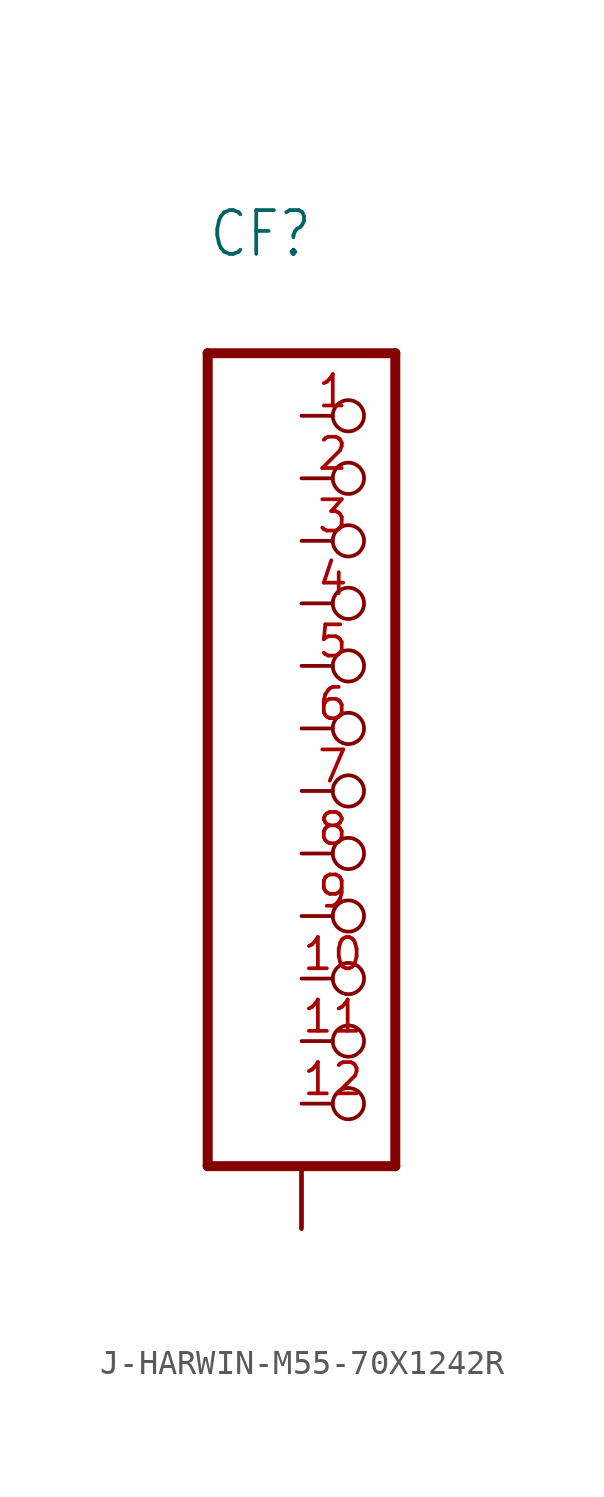
<source format=kicad_sym>
(kicad_symbol_lib
  (version 20231120)
  (generator "kicad_symbol_editor")
  (generator_version "8.0")
  (symbol "J-HARWIN-M55-70X1242R"
    (property "Reference" "CF"
      (at -6.35 19.05 0)
      (effects (font (size 1.778 1.511)) (justify left bottom)))
    (property "Value" ""
      (at -6.35 16.51 0)
      (effects (font (size 1.778 1.511)) (justify left bottom)))
    (property "ki_locked" ""
      (at 0 0 0)
      (effects (font (size 1.27 1.27))))
    (symbol "J-HARWIN-M55-70X1242R_1_0"
      (polyline (pts (xy -6.35 -17.78) (xy 1.27 -17.78)) (stroke (width 0.406) (type solid)) (fill (type none)))
      (polyline (pts (xy -6.35 15.24) (xy -6.35 -17.78)) (stroke (width 0.406) (type solid)) (fill (type none)))
      (polyline (pts (xy 1.27 -17.78) (xy 1.27 15.24)) (stroke (width 0.406) (type solid)) (fill (type none)))
      (polyline (pts (xy 1.27 15.24) (xy -6.35 15.24)) (stroke (width 0.406) (type solid)) (fill (type none)))
      (pin passive inverted (at -2.54 12.7 0) (length 2.54) (name "1" (effects (font (size 0 0)))) (number "1" (effects (font (size 1.27 1.27)))))
      (pin passive inverted (at -2.54 -10.16 0) (length 2.54) (name "10" (effects (font (size 0 0)))) (number "10" (effects (font (size 1.27 1.27)))))
      (pin passive inverted (at -2.54 -12.7 0) (length 2.54) (name "11" (effects (font (size 0 0)))) (number "11" (effects (font (size 1.27 1.27)))))
      (pin passive inverted (at -2.54 -15.24 0) (length 2.54) (name "12" (effects (font (size 0 0)))) (number "12" (effects (font (size 1.27 1.27)))))
      (pin passive inverted (at -2.54 10.16 0) (length 2.54) (name "2" (effects (font (size 0 0)))) (number "2" (effects (font (size 1.27 1.27)))))
      (pin passive inverted (at -2.54 7.62 0) (length 2.54) (name "3" (effects (font (size 0 0)))) (number "3" (effects (font (size 1.27 1.27)))))
      (pin passive inverted (at -2.54 5.08 0) (length 2.54) (name "4" (effects (font (size 0 0)))) (number "4" (effects (font (size 1.27 1.27)))))
      (pin passive inverted (at -2.54 2.54 0) (length 2.54) (name "5" (effects (font (size 0 0)))) (number "5" (effects (font (size 1.27 1.27)))))
      (pin passive inverted (at -2.54 0 0) (length 2.54) (name "6" (effects (font (size 0 0)))) (number "6" (effects (font (size 1.27 1.27)))))
      (pin passive inverted (at -2.54 -2.54 0) (length 2.54) (name "7" (effects (font (size 0 0)))) (number "7" (effects (font (size 1.27 1.27)))))
      (pin passive inverted (at -2.54 -5.08 0) (length 2.54) (name "8" (effects (font (size 0 0)))) (number "8" (effects (font (size 1.27 1.27)))))
      (pin passive inverted (at -2.54 -7.62 0) (length 2.54) (name "9" (effects (font (size 0 0)))) (number "9" (effects (font (size 1.27 1.27)))))
      (pin passive line (at -2.54 -20.32 90) (length 2.54) (name "SHIELDS" (effects (font (size 0 0)))) (number "P$1" (effects (font (size 0 0)))))
      (pin passive line (at -2.54 -20.32 90) (length 2.54) (name "SHIELDS" (effects (font (size 0 0)))) (number "P$2" (effects (font (size 0 0)))))
      (pin passive line (at -2.54 -20.32 90) (length 2.54) (name "SHIELDS" (effects (font (size 0 0)))) (number "P$3" (effects (font (size 0 0)))))
      (pin passive line (at -2.54 -20.32 90) (length 2.54) (name "SHIELDS" (effects (font (size 0 0)))) (number "P$4" (effects (font (size 0 0))))))))
</source>
